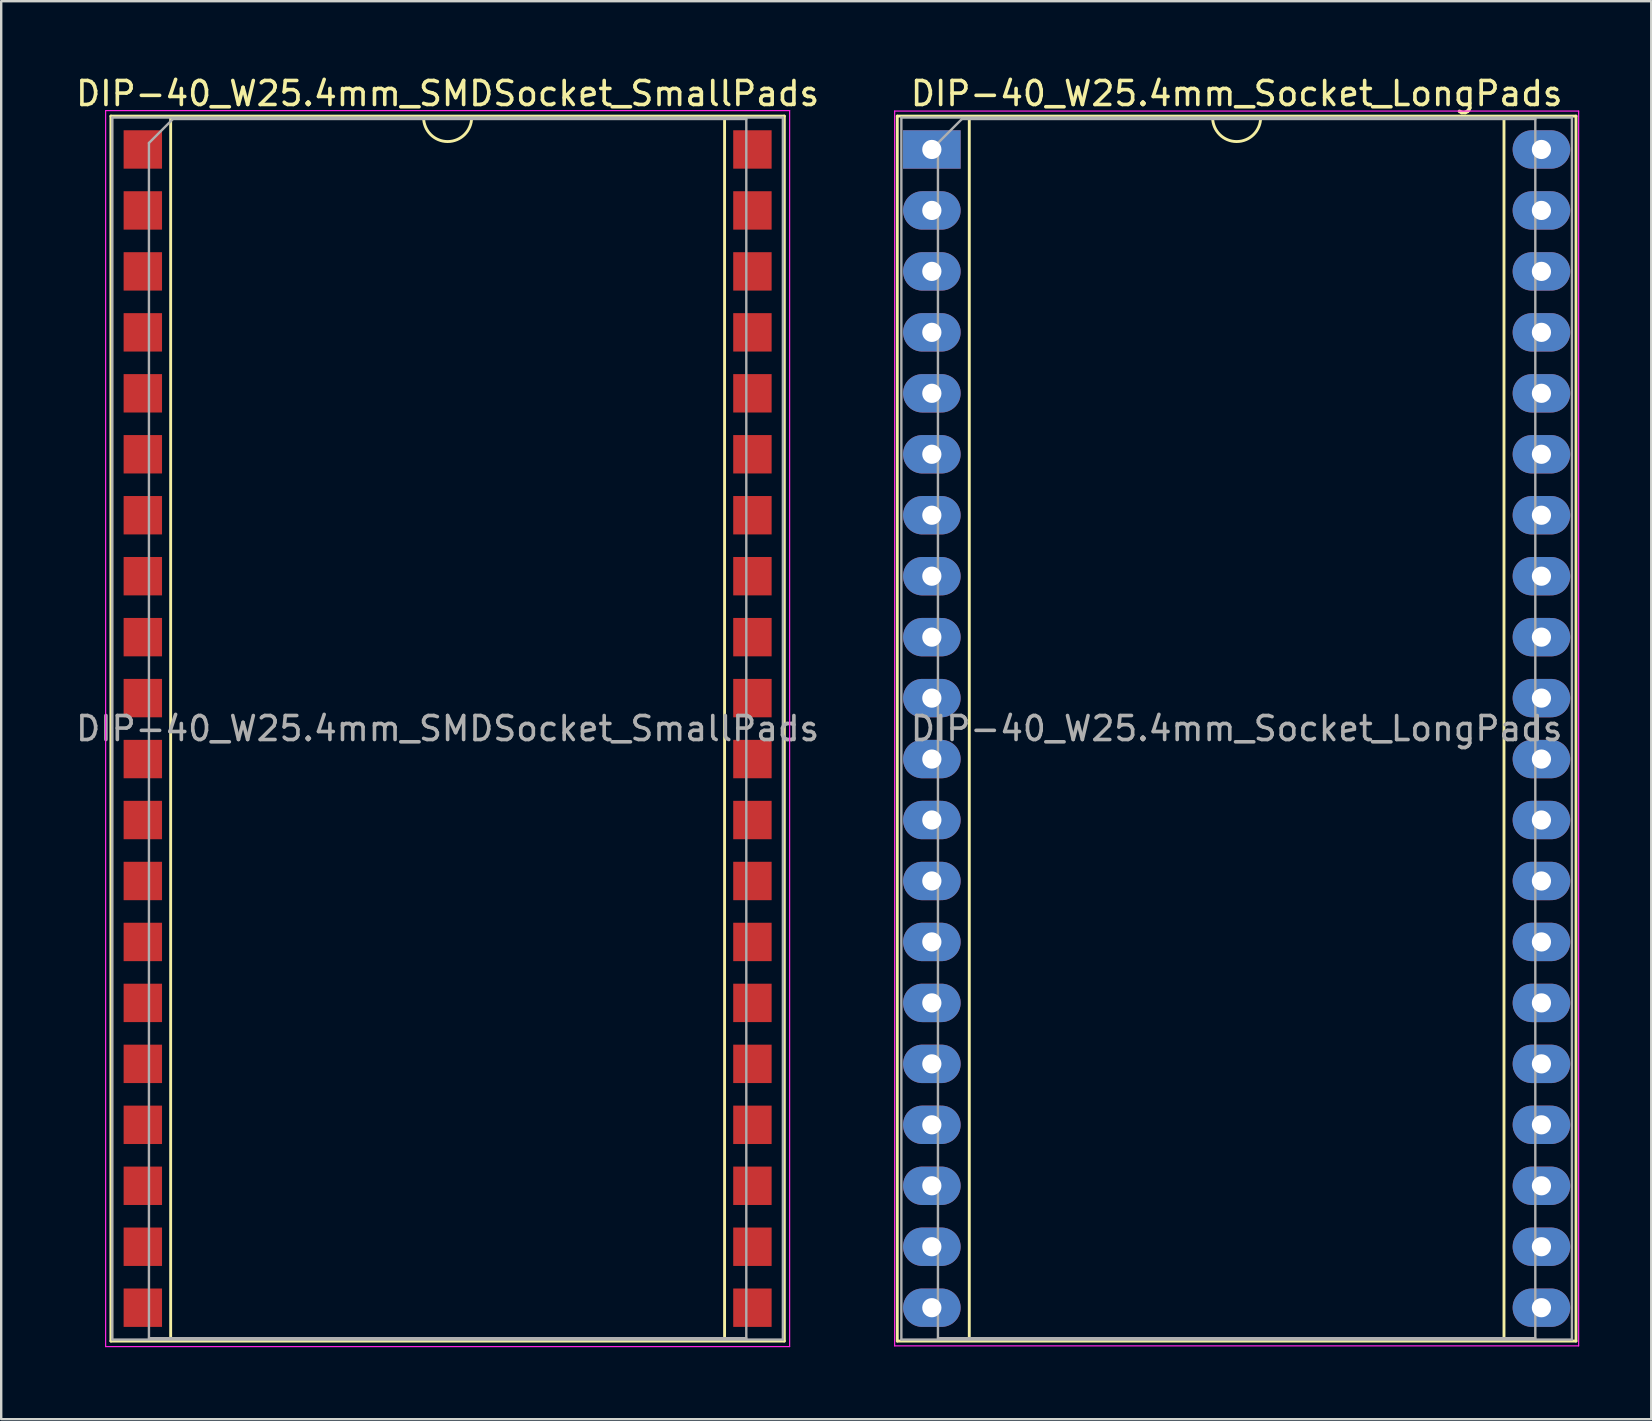
<source format=kicad_pcb>
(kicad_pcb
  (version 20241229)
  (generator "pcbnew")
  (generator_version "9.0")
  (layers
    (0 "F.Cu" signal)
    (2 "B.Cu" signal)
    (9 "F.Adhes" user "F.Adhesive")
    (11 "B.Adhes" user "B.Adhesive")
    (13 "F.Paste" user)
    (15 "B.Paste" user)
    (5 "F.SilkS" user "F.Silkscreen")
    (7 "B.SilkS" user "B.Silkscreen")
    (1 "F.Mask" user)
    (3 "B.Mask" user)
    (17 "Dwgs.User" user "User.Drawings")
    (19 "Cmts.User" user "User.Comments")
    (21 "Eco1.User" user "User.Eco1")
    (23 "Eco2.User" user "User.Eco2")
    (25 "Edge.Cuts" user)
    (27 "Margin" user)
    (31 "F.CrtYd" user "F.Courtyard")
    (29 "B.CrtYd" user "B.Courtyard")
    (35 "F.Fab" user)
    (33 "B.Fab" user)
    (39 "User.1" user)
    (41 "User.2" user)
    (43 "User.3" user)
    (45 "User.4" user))
  (footprint "DIP-40_W25.4mm_SMDSocket_SmallPads"
    (layer "F.Cu")
    (at 15.601 27.308)
    (property "Reference" "DIP-40_W25.4mm_SMDSocket_SmallPads" (at 0 -26.46 0) (layer "F.SilkS") (effects (font (size 1 1) (thickness 0.15))))
    (attr smd)
    (fp_line (start -14.03 -25.52) (end -14.03 25.52) (stroke (width 0.12) (type solid)) (layer "F.SilkS"))
    (fp_line (start -14.03 25.52) (end 14.03 25.52) (stroke (width 0.12) (type solid)) (layer "F.SilkS"))
    (fp_line (start -11.54 -25.46) (end -11.54 25.46) (stroke (width 0.12) (type solid)) (layer "F.SilkS"))
    (fp_line (start -11.54 25.46) (end 11.54 25.46) (stroke (width 0.12) (type solid)) (layer "F.SilkS"))
    (fp_line (start -1 -25.46) (end -11.54 -25.46) (stroke (width 0.12) (type solid)) (layer "F.SilkS"))
    (fp_line (start 11.54 -25.46) (end 1 -25.46) (stroke (width 0.12) (type solid)) (layer "F.SilkS"))
    (fp_line (start 11.54 25.46) (end 11.54 -25.46) (stroke (width 0.12) (type solid)) (layer "F.SilkS"))
    (fp_line (start 14.03 -25.52) (end -14.03 -25.52) (stroke (width 0.12) (type solid)) (layer "F.SilkS"))
    (fp_line (start 14.03 25.52) (end 14.03 -25.52) (stroke (width 0.12) (type solid)) (layer "F.SilkS"))
    (fp_arc (start 1 -25.46) (mid 0 -24.46) (end -1 -25.46) (stroke (width 0.12) (type solid)) (layer "F.SilkS"))
    (fp_line (start -14.25 -25.75) (end -14.25 25.75) (stroke (width 0.05) (type solid)) (layer "F.CrtYd"))
    (fp_line (start -14.25 25.75) (end 14.25 25.75) (stroke (width 0.05) (type solid)) (layer "F.CrtYd"))
    (fp_line (start 14.25 -25.75) (end -14.25 -25.75) (stroke (width 0.05) (type solid)) (layer "F.CrtYd"))
    (fp_line (start 14.25 25.75) (end 14.25 -25.75) (stroke (width 0.05) (type solid)) (layer "F.CrtYd"))
    (fp_line (start -13.97 -25.46) (end -13.97 25.46) (stroke (width 0.1) (type solid)) (layer "F.Fab"))
    (fp_line (start -13.97 25.46) (end 13.97 25.46) (stroke (width 0.1) (type solid)) (layer "F.Fab"))
    (fp_line (start -12.445 -24.4) (end -11.445 -25.4) (stroke (width 0.1) (type solid)) (layer "F.Fab"))
    (fp_line (start -12.445 25.4) (end -12.445 -24.4) (stroke (width 0.1) (type solid)) (layer "F.Fab"))
    (fp_line (start -11.445 -25.4) (end 12.445 -25.4) (stroke (width 0.1) (type solid)) (layer "F.Fab"))
    (fp_line (start 12.445 -25.4) (end 12.445 25.4) (stroke (width 0.1) (type solid)) (layer "F.Fab"))
    (fp_line (start 12.445 25.4) (end -12.445 25.4) (stroke (width 0.1) (type solid)) (layer "F.Fab"))
    (fp_line (start 13.97 -25.46) (end -13.97 -25.46) (stroke (width 0.1) (type solid)) (layer "F.Fab"))
    (fp_line (start 13.97 25.46) (end 13.97 -25.46) (stroke (width 0.1) (type solid)) (layer "F.Fab"))
    (fp_text user "${REFERENCE}" (at 0 0 0) (layer "F.Fab") (effects (font (size 1 1) (thickness 0.15))))
    (pad "1" smd rect (at -12.7 -24.13) (size 1.6 1.6) (layers "F.Cu" "F.Mask" "F.Paste"))
    (pad "2" smd rect (at -12.7 -21.59) (size 1.6 1.6) (layers "F.Cu" "F.Mask" "F.Paste"))
    (pad "3" smd rect (at -12.7 -19.05) (size 1.6 1.6) (layers "F.Cu" "F.Mask" "F.Paste"))
    (pad "4" smd rect (at -12.7 -16.51) (size 1.6 1.6) (layers "F.Cu" "F.Mask" "F.Paste"))
    (pad "5" smd rect (at -12.7 -13.97) (size 1.6 1.6) (layers "F.Cu" "F.Mask" "F.Paste"))
    (pad "6" smd rect (at -12.7 -11.43) (size 1.6 1.6) (layers "F.Cu" "F.Mask" "F.Paste"))
    (pad "7" smd rect (at -12.7 -8.89) (size 1.6 1.6) (layers "F.Cu" "F.Mask" "F.Paste"))
    (pad "8" smd rect (at -12.7 -6.35) (size 1.6 1.6) (layers "F.Cu" "F.Mask" "F.Paste"))
    (pad "9" smd rect (at -12.7 -3.81) (size 1.6 1.6) (layers "F.Cu" "F.Mask" "F.Paste"))
    (pad "10" smd rect (at -12.7 -1.27) (size 1.6 1.6) (layers "F.Cu" "F.Mask" "F.Paste"))
    (pad "11" smd rect (at -12.7 1.27) (size 1.6 1.6) (layers "F.Cu" "F.Mask" "F.Paste"))
    (pad "12" smd rect (at -12.7 3.81) (size 1.6 1.6) (layers "F.Cu" "F.Mask" "F.Paste"))
    (pad "13" smd rect (at -12.7 6.35) (size 1.6 1.6) (layers "F.Cu" "F.Mask" "F.Paste"))
    (pad "14" smd rect (at -12.7 8.89) (size 1.6 1.6) (layers "F.Cu" "F.Mask" "F.Paste"))
    (pad "15" smd rect (at -12.7 11.43) (size 1.6 1.6) (layers "F.Cu" "F.Mask" "F.Paste"))
    (pad "16" smd rect (at -12.7 13.97) (size 1.6 1.6) (layers "F.Cu" "F.Mask" "F.Paste"))
    (pad "17" smd rect (at -12.7 16.51) (size 1.6 1.6) (layers "F.Cu" "F.Mask" "F.Paste"))
    (pad "18" smd rect (at -12.7 19.05) (size 1.6 1.6) (layers "F.Cu" "F.Mask" "F.Paste"))
    (pad "19" smd rect (at -12.7 21.59) (size 1.6 1.6) (layers "F.Cu" "F.Mask" "F.Paste"))
    (pad "20" smd rect (at -12.7 24.13) (size 1.6 1.6) (layers "F.Cu" "F.Mask" "F.Paste"))
    (pad "21" smd rect (at 12.7 24.13) (size 1.6 1.6) (layers "F.Cu" "F.Mask" "F.Paste"))
    (pad "22" smd rect (at 12.7 21.59) (size 1.6 1.6) (layers "F.Cu" "F.Mask" "F.Paste"))
    (pad "23" smd rect (at 12.7 19.05) (size 1.6 1.6) (layers "F.Cu" "F.Mask" "F.Paste"))
    (pad "24" smd rect (at 12.7 16.51) (size 1.6 1.6) (layers "F.Cu" "F.Mask" "F.Paste"))
    (pad "25" smd rect (at 12.7 13.97) (size 1.6 1.6) (layers "F.Cu" "F.Mask" "F.Paste"))
    (pad "26" smd rect (at 12.7 11.43) (size 1.6 1.6) (layers "F.Cu" "F.Mask" "F.Paste"))
    (pad "27" smd rect (at 12.7 8.89) (size 1.6 1.6) (layers "F.Cu" "F.Mask" "F.Paste"))
    (pad "28" smd rect (at 12.7 6.35) (size 1.6 1.6) (layers "F.Cu" "F.Mask" "F.Paste"))
    (pad "29" smd rect (at 12.7 3.81) (size 1.6 1.6) (layers "F.Cu" "F.Mask" "F.Paste"))
    (pad "30" smd rect (at 12.7 1.27) (size 1.6 1.6) (layers "F.Cu" "F.Mask" "F.Paste"))
    (pad "31" smd rect (at 12.7 -1.27) (size 1.6 1.6) (layers "F.Cu" "F.Mask" "F.Paste"))
    (pad "32" smd rect (at 12.7 -3.81) (size 1.6 1.6) (layers "F.Cu" "F.Mask" "F.Paste"))
    (pad "33" smd rect (at 12.7 -6.35) (size 1.6 1.6) (layers "F.Cu" "F.Mask" "F.Paste"))
    (pad "34" smd rect (at 12.7 -8.89) (size 1.6 1.6) (layers "F.Cu" "F.Mask" "F.Paste"))
    (pad "35" smd rect (at 12.7 -11.43) (size 1.6 1.6) (layers "F.Cu" "F.Mask" "F.Paste"))
    (pad "36" smd rect (at 12.7 -13.97) (size 1.6 1.6) (layers "F.Cu" "F.Mask" "F.Paste"))
    (pad "37" smd rect (at 12.7 -16.51) (size 1.6 1.6) (layers "F.Cu" "F.Mask" "F.Paste"))
    (pad "38" smd rect (at 12.7 -19.05) (size 1.6 1.6) (layers "F.Cu" "F.Mask" "F.Paste"))
    (pad "39" smd rect (at 12.7 -21.59) (size 1.6 1.6) (layers "F.Cu" "F.Mask" "F.Paste"))
    (pad "40" smd rect (at 12.7 -24.13) (size 1.6 1.6) (layers "F.Cu" "F.Mask" "F.Paste")))
  (footprint "DIP-40_W25.4mm_Socket_LongPads"
    (layer "F.Cu")
    (at 35.777 3.178)
    (property "Reference" "DIP-40_W25.4mm_Socket_LongPads" (at 12.7 -2.33 0) (layer "F.SilkS") (effects (font (size 1 1) (thickness 0.15))))
    (attr through_hole)
    (fp_line (start -1.44 -1.39) (end -1.44 49.65) (stroke (width 0.12) (type solid)) (layer "F.SilkS"))
    (fp_line (start -1.44 49.65) (end 26.84 49.65) (stroke (width 0.12) (type solid)) (layer "F.SilkS"))
    (fp_line (start 1.56 -1.33) (end 1.56 49.59) (stroke (width 0.12) (type solid)) (layer "F.SilkS"))
    (fp_line (start 1.56 49.59) (end 23.84 49.59) (stroke (width 0.12) (type solid)) (layer "F.SilkS"))
    (fp_line (start 11.7 -1.33) (end 1.56 -1.33) (stroke (width 0.12) (type solid)) (layer "F.SilkS"))
    (fp_line (start 23.84 -1.33) (end 13.7 -1.33) (stroke (width 0.12) (type solid)) (layer "F.SilkS"))
    (fp_line (start 23.84 49.59) (end 23.84 -1.33) (stroke (width 0.12) (type solid)) (layer "F.SilkS"))
    (fp_line (start 26.84 -1.39) (end -1.44 -1.39) (stroke (width 0.12) (type solid)) (layer "F.SilkS"))
    (fp_line (start 26.84 49.65) (end 26.84 -1.39) (stroke (width 0.12) (type solid)) (layer "F.SilkS"))
    (fp_arc (start 13.7 -1.33) (mid 12.7 -0.33) (end 11.7 -1.33) (stroke (width 0.12) (type solid)) (layer "F.SilkS"))
    (fp_line (start -1.55 -1.6) (end -1.55 49.85) (stroke (width 0.05) (type solid)) (layer "F.CrtYd"))
    (fp_line (start -1.55 49.85) (end 26.95 49.85) (stroke (width 0.05) (type solid)) (layer "F.CrtYd"))
    (fp_line (start 26.95 -1.6) (end -1.55 -1.6) (stroke (width 0.05) (type solid)) (layer "F.CrtYd"))
    (fp_line (start 26.95 49.85) (end 26.95 -1.6) (stroke (width 0.05) (type solid)) (layer "F.CrtYd"))
    (fp_line (start -1.27 -1.33) (end -1.27 49.59) (stroke (width 0.1) (type solid)) (layer "F.Fab"))
    (fp_line (start -1.27 49.59) (end 26.67 49.59) (stroke (width 0.1) (type solid)) (layer "F.Fab"))
    (fp_line (start 0.255 -0.27) (end 1.255 -1.27) (stroke (width 0.1) (type solid)) (layer "F.Fab"))
    (fp_line (start 0.255 49.53) (end 0.255 -0.27) (stroke (width 0.1) (type solid)) (layer "F.Fab"))
    (fp_line (start 1.255 -1.27) (end 25.145 -1.27) (stroke (width 0.1) (type solid)) (layer "F.Fab"))
    (fp_line (start 25.145 -1.27) (end 25.145 49.53) (stroke (width 0.1) (type solid)) (layer "F.Fab"))
    (fp_line (start 25.145 49.53) (end 0.255 49.53) (stroke (width 0.1) (type solid)) (layer "F.Fab"))
    (fp_line (start 26.67 -1.33) (end -1.27 -1.33) (stroke (width 0.1) (type solid)) (layer "F.Fab"))
    (fp_line (start 26.67 49.59) (end 26.67 -1.33) (stroke (width 0.1) (type solid)) (layer "F.Fab"))
    (fp_text user "${REFERENCE}" (at 12.7 24.13 0) (layer "F.Fab") (effects (font (size 1 1) (thickness 0.15))))
    (pad "1" thru_hole rect (at 0 0) (size 2.4 1.6) (drill 0.8) (layers "*.Cu" "*.Mask"))
    (pad "2" thru_hole oval (at 0 2.54) (size 2.4 1.6) (drill 0.8) (layers "*.Cu" "*.Mask"))
    (pad "3" thru_hole oval (at 0 5.08) (size 2.4 1.6) (drill 0.8) (layers "*.Cu" "*.Mask"))
    (pad "4" thru_hole oval (at 0 7.62) (size 2.4 1.6) (drill 0.8) (layers "*.Cu" "*.Mask"))
    (pad "5" thru_hole oval (at 0 10.16) (size 2.4 1.6) (drill 0.8) (layers "*.Cu" "*.Mask"))
    (pad "6" thru_hole oval (at 0 12.7) (size 2.4 1.6) (drill 0.8) (layers "*.Cu" "*.Mask"))
    (pad "7" thru_hole oval (at 0 15.24) (size 2.4 1.6) (drill 0.8) (layers "*.Cu" "*.Mask"))
    (pad "8" thru_hole oval (at 0 17.78) (size 2.4 1.6) (drill 0.8) (layers "*.Cu" "*.Mask"))
    (pad "9" thru_hole oval (at 0 20.32) (size 2.4 1.6) (drill 0.8) (layers "*.Cu" "*.Mask"))
    (pad "10" thru_hole oval (at 0 22.86) (size 2.4 1.6) (drill 0.8) (layers "*.Cu" "*.Mask"))
    (pad "11" thru_hole oval (at 0 25.4) (size 2.4 1.6) (drill 0.8) (layers "*.Cu" "*.Mask"))
    (pad "12" thru_hole oval (at 0 27.94) (size 2.4 1.6) (drill 0.8) (layers "*.Cu" "*.Mask"))
    (pad "13" thru_hole oval (at 0 30.48) (size 2.4 1.6) (drill 0.8) (layers "*.Cu" "*.Mask"))
    (pad "14" thru_hole oval (at 0 33.02) (size 2.4 1.6) (drill 0.8) (layers "*.Cu" "*.Mask"))
    (pad "15" thru_hole oval (at 0 35.56) (size 2.4 1.6) (drill 0.8) (layers "*.Cu" "*.Mask"))
    (pad "16" thru_hole oval (at 0 38.1) (size 2.4 1.6) (drill 0.8) (layers "*.Cu" "*.Mask"))
    (pad "17" thru_hole oval (at 0 40.64) (size 2.4 1.6) (drill 0.8) (layers "*.Cu" "*.Mask"))
    (pad "18" thru_hole oval (at 0 43.18) (size 2.4 1.6) (drill 0.8) (layers "*.Cu" "*.Mask"))
    (pad "19" thru_hole oval (at 0 45.72) (size 2.4 1.6) (drill 0.8) (layers "*.Cu" "*.Mask"))
    (pad "20" thru_hole oval (at 0 48.26) (size 2.4 1.6) (drill 0.8) (layers "*.Cu" "*.Mask"))
    (pad "21" thru_hole oval (at 25.4 48.26) (size 2.4 1.6) (drill 0.8) (layers "*.Cu" "*.Mask"))
    (pad "22" thru_hole oval (at 25.4 45.72) (size 2.4 1.6) (drill 0.8) (layers "*.Cu" "*.Mask"))
    (pad "23" thru_hole oval (at 25.4 43.18) (size 2.4 1.6) (drill 0.8) (layers "*.Cu" "*.Mask"))
    (pad "24" thru_hole oval (at 25.4 40.64) (size 2.4 1.6) (drill 0.8) (layers "*.Cu" "*.Mask"))
    (pad "25" thru_hole oval (at 25.4 38.1) (size 2.4 1.6) (drill 0.8) (layers "*.Cu" "*.Mask"))
    (pad "26" thru_hole oval (at 25.4 35.56) (size 2.4 1.6) (drill 0.8) (layers "*.Cu" "*.Mask"))
    (pad "27" thru_hole oval (at 25.4 33.02) (size 2.4 1.6) (drill 0.8) (layers "*.Cu" "*.Mask"))
    (pad "28" thru_hole oval (at 25.4 30.48) (size 2.4 1.6) (drill 0.8) (layers "*.Cu" "*.Mask"))
    (pad "29" thru_hole oval (at 25.4 27.94) (size 2.4 1.6) (drill 0.8) (layers "*.Cu" "*.Mask"))
    (pad "30" thru_hole oval (at 25.4 25.4) (size 2.4 1.6) (drill 0.8) (layers "*.Cu" "*.Mask"))
    (pad "31" thru_hole oval (at 25.4 22.86) (size 2.4 1.6) (drill 0.8) (layers "*.Cu" "*.Mask"))
    (pad "32" thru_hole oval (at 25.4 20.32) (size 2.4 1.6) (drill 0.8) (layers "*.Cu" "*.Mask"))
    (pad "33" thru_hole oval (at 25.4 17.78) (size 2.4 1.6) (drill 0.8) (layers "*.Cu" "*.Mask"))
    (pad "34" thru_hole oval (at 25.4 15.24) (size 2.4 1.6) (drill 0.8) (layers "*.Cu" "*.Mask"))
    (pad "35" thru_hole oval (at 25.4 12.7) (size 2.4 1.6) (drill 0.8) (layers "*.Cu" "*.Mask"))
    (pad "36" thru_hole oval (at 25.4 10.16) (size 2.4 1.6) (drill 0.8) (layers "*.Cu" "*.Mask"))
    (pad "37" thru_hole oval (at 25.4 7.62) (size 2.4 1.6) (drill 0.8) (layers "*.Cu" "*.Mask"))
    (pad "38" thru_hole oval (at 25.4 5.08) (size 2.4 1.6) (drill 0.8) (layers "*.Cu" "*.Mask"))
    (pad "39" thru_hole oval (at 25.4 2.54) (size 2.4 1.6) (drill 0.8) (layers "*.Cu" "*.Mask"))
    (pad "40" thru_hole oval (at 25.4 0) (size 2.4 1.6) (drill 0.8) (layers "*.Cu" "*.Mask")))
  (gr_rect
    (start -3 -3)
    (end 65.752 56.083)
    (stroke (width 0.1) (type default))
    (fill no)
    (layer "Edge.Cuts")))
</source>
